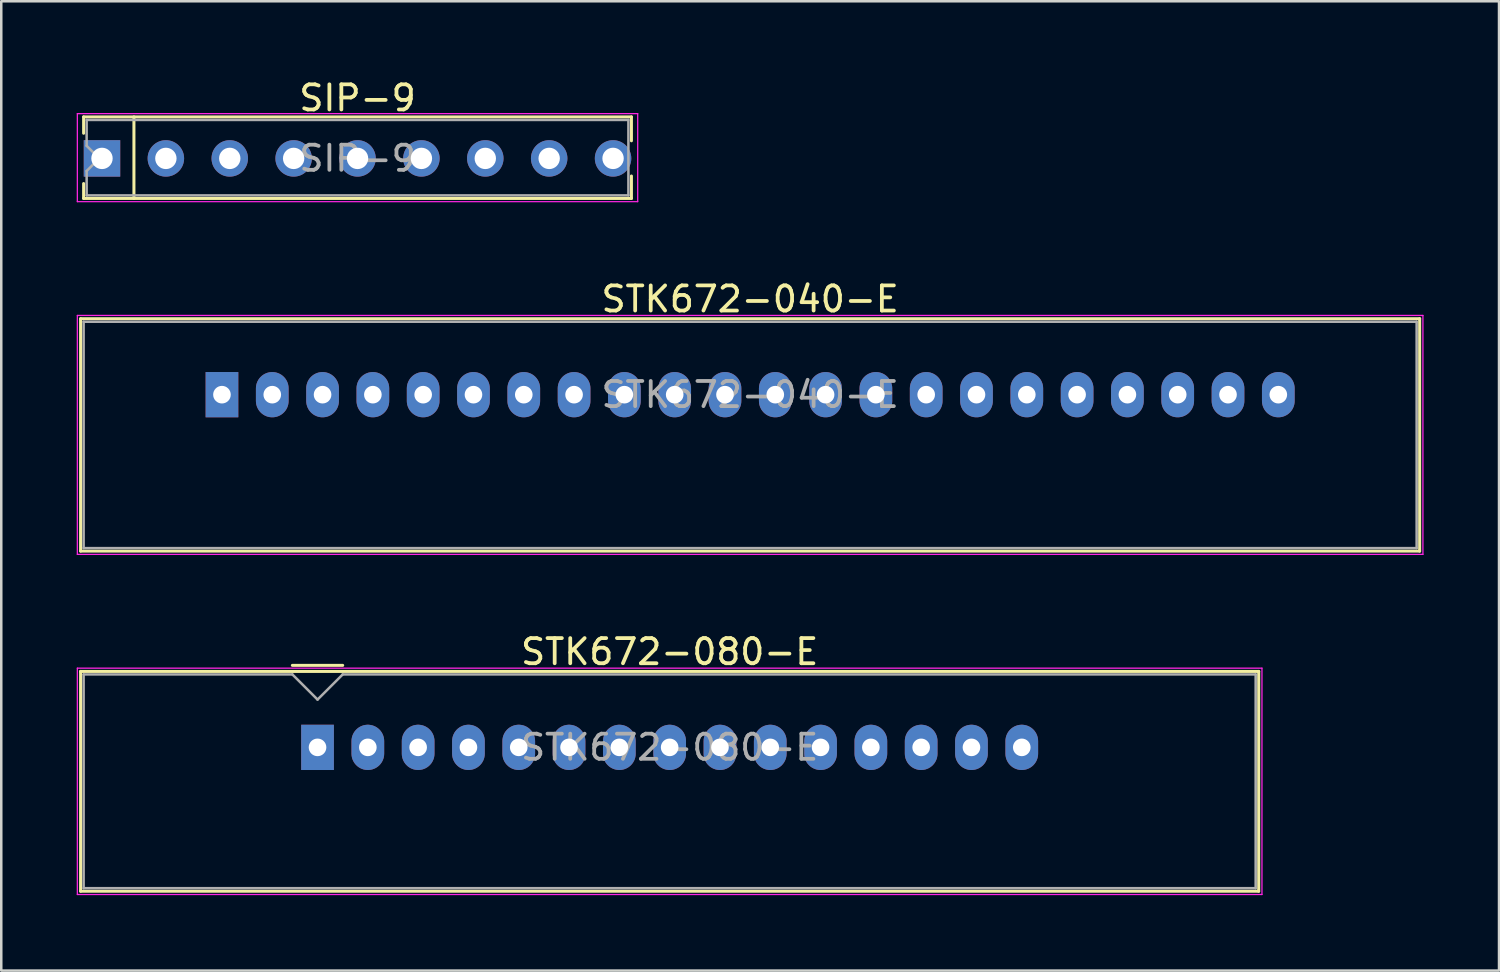
<source format=kicad_pcb>
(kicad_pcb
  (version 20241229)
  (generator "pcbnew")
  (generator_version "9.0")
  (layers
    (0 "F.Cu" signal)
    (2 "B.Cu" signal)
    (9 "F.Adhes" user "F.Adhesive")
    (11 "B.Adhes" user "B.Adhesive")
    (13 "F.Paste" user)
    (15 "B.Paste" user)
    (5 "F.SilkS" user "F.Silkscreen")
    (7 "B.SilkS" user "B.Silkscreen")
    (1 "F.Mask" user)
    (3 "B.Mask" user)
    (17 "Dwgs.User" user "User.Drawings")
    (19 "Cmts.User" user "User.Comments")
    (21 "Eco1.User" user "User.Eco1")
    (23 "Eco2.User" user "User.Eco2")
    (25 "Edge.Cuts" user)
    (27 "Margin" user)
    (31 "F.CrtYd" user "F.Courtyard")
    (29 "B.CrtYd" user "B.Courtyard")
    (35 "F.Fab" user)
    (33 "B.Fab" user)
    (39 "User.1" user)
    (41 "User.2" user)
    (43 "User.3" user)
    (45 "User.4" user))
  (footprint "SIP-9"
    (layer "F.Cu")
    (at 1.005 3.248)
    (property "Reference" "SIP-9" (at 10.16 -2.4 0) (layer "F.SilkS") (effects (font (size 1 1) (thickness 0.15))))
    (attr through_hole)
    (fp_line (start -0.73 -1.65) (end -0.73 -1) (stroke (width 0.12) (type solid)) (layer "F.SilkS"))
    (fp_line (start -0.73 1.59) (end -0.73 1) (stroke (width 0.12) (type solid)) (layer "F.SilkS"))
    (fp_line (start 1.27 1.59) (end 1.27 -1.65) (stroke (width 0.12) (type solid)) (layer "F.SilkS"))
    (fp_line (start 21.05 -1.65) (end -0.73 -1.65) (stroke (width 0.12) (type solid)) (layer "F.SilkS"))
    (fp_line (start 21.05 -1.65) (end 21.05 -0.7) (stroke (width 0.12) (type solid)) (layer "F.SilkS"))
    (fp_line (start 21.05 1.59) (end -0.73 1.59) (stroke (width 0.12) (type solid)) (layer "F.SilkS"))
    (fp_line (start 21.05 1.59) (end 21.05 0.7) (stroke (width 0.12) (type solid)) (layer "F.SilkS"))
    (fp_line (start -0.98 -1.78) (end 21.3 -1.78) (stroke (width 0.05) (type solid)) (layer "F.CrtYd"))
    (fp_line (start -0.98 1.72) (end -0.98 -1.78) (stroke (width 0.05) (type solid)) (layer "F.CrtYd"))
    (fp_line (start 21.3 -1.78) (end 21.3 1.72) (stroke (width 0.05) (type solid)) (layer "F.CrtYd"))
    (fp_line (start 21.3 1.72) (end -0.98 1.72) (stroke (width 0.05) (type solid)) (layer "F.CrtYd"))
    (fp_line (start -0.61 -1.53) (end -0.61 -0.5) (stroke (width 0.1) (type solid)) (layer "F.Fab"))
    (fp_line (start -0.61 -0.5) (end -0.11 0) (stroke (width 0.1) (type solid)) (layer "F.Fab"))
    (fp_line (start -0.61 0.5) (end -0.61 1.47) (stroke (width 0.1) (type solid)) (layer "F.Fab"))
    (fp_line (start -0.11 0) (end -0.61 0.5) (stroke (width 0.1) (type solid)) (layer "F.Fab"))
    (fp_line (start 20.93 -1.53) (end -0.61 -1.53) (stroke (width 0.1) (type solid)) (layer "F.Fab"))
    (fp_line (start 20.93 -1.53) (end 20.93 1.47) (stroke (width 0.1) (type solid)) (layer "F.Fab"))
    (fp_line (start 20.93 1.47) (end -0.61 1.47) (stroke (width 0.1) (type solid)) (layer "F.Fab"))
    (fp_text user "${REFERENCE}" (at 10.16 0 0) (layer "F.Fab") (effects (font (size 1 1) (thickness 0.15))))
    (pad "1" thru_hole rect (at 0 0 90) (size 1.45 1.45) (drill 0.85) (layers "*.Cu" "*.Mask"))
    (pad "2" thru_hole circle (at 2.54 0 90) (size 1.45 1.45) (drill 0.85) (layers "*.Cu" "*.Mask"))
    (pad "3" thru_hole circle (at 5.08 0 90) (size 1.45 1.45) (drill 0.85) (layers "*.Cu" "*.Mask"))
    (pad "4" thru_hole circle (at 7.62 0 90) (size 1.45 1.45) (drill 0.85) (layers "*.Cu" "*.Mask"))
    (pad "5" thru_hole circle (at 10.16 0 90) (size 1.45 1.45) (drill 0.85) (layers "*.Cu" "*.Mask"))
    (pad "6" thru_hole circle (at 12.7 0 90) (size 1.45 1.45) (drill 0.85) (layers "*.Cu" "*.Mask"))
    (pad "7" thru_hole circle (at 15.24 0 90) (size 1.45 1.45) (drill 0.85) (layers "*.Cu" "*.Mask"))
    (pad "8" thru_hole circle (at 17.78 0 90) (size 1.45 1.45) (drill 0.85) (layers "*.Cu" "*.Mask"))
    (pad "9" thru_hole circle (at 20.32 0 90) (size 1.45 1.45) (drill 0.85) (layers "*.Cu" "*.Mask")))
  (footprint "STK672-080-E"
    (layer "F.Cu")
    (at 9.575 26.665)
    (property "Reference" "STK672-080-E" (at 14 -3.8 0) (layer "F.SilkS") (effects (font (size 1 1) (thickness 0.15))))
    (attr through_hole)
    (fp_line (start -9.42 -3.02) (end 37.42 -3.02) (stroke (width 0.12) (type solid)) (layer "F.SilkS"))
    (fp_line (start -9.42 5.72) (end -9.42 -3.02) (stroke (width 0.12) (type solid)) (layer "F.SilkS"))
    (fp_line (start -1 -3.26) (end 1 -3.26) (stroke (width 0.12) (type solid)) (layer "F.SilkS"))
    (fp_line (start 37.42 -3.02) (end 37.42 5.72) (stroke (width 0.12) (type solid)) (layer "F.SilkS"))
    (fp_line (start 37.42 5.72) (end -9.42 5.72) (stroke (width 0.12) (type solid)) (layer "F.SilkS"))
    (fp_line (start -9.55 -3.15) (end -9.55 5.85) (stroke (width 0.05) (type solid)) (layer "F.CrtYd"))
    (fp_line (start -9.55 -3.15) (end 37.55 -3.15) (stroke (width 0.05) (type solid)) (layer "F.CrtYd"))
    (fp_line (start -9.55 5.85) (end 37.55 5.85) (stroke (width 0.05) (type solid)) (layer "F.CrtYd"))
    (fp_line (start 37.55 -3.15) (end 37.55 5.85) (stroke (width 0.05) (type solid)) (layer "F.CrtYd"))
    (fp_line (start -9.3 -2.9) (end -1 -2.9) (stroke (width 0.1) (type solid)) (layer "F.Fab"))
    (fp_line (start -9.3 5.6) (end -9.3 -2.9) (stroke (width 0.1) (type solid)) (layer "F.Fab"))
    (fp_line (start -1 -2.9) (end 0 -1.9) (stroke (width 0.1) (type solid)) (layer "F.Fab"))
    (fp_line (start 0 -1.9) (end 1 -2.9) (stroke (width 0.1) (type solid)) (layer "F.Fab"))
    (fp_line (start 1 -2.9) (end 37.3 -2.9) (stroke (width 0.1) (type solid)) (layer "F.Fab"))
    (fp_line (start 37.3 -2.9) (end 37.3 5.6) (stroke (width 0.1) (type solid)) (layer "F.Fab"))
    (fp_line (start 37.3 5.6) (end -9.3 5.6) (stroke (width 0.1) (type solid)) (layer "F.Fab"))
    (fp_text user "${REFERENCE}" (at 14 0 0) (layer "F.Fab") (effects (font (size 1 1) (thickness 0.15))))
    (pad "1" thru_hole rect (at 0 0) (size 1.3 1.8) (drill 0.7) (layers "*.Cu" "*.Mask"))
    (pad "2" thru_hole oval (at 2 0) (size 1.3 1.8) (drill 0.7) (layers "*.Cu" "*.Mask"))
    (pad "3" thru_hole oval (at 4 0) (size 1.3 1.8) (drill 0.7) (layers "*.Cu" "*.Mask"))
    (pad "4" thru_hole oval (at 6 0) (size 1.3 1.8) (drill 0.7) (layers "*.Cu" "*.Mask"))
    (pad "5" thru_hole oval (at 8 0) (size 1.3 1.8) (drill 0.7) (layers "*.Cu" "*.Mask"))
    (pad "6" thru_hole oval (at 10 0) (size 1.3 1.8) (drill 0.7) (layers "*.Cu" "*.Mask"))
    (pad "7" thru_hole oval (at 12 0) (size 1.3 1.8) (drill 0.7) (layers "*.Cu" "*.Mask"))
    (pad "8" thru_hole oval (at 14 0) (size 1.3 1.8) (drill 0.7) (layers "*.Cu" "*.Mask"))
    (pad "9" thru_hole oval (at 16 0) (size 1.3 1.8) (drill 0.7) (layers "*.Cu" "*.Mask"))
    (pad "10" thru_hole oval (at 18 0) (size 1.3 1.8) (drill 0.7) (layers "*.Cu" "*.Mask"))
    (pad "11" thru_hole oval (at 20 0) (size 1.3 1.8) (drill 0.7) (layers "*.Cu" "*.Mask"))
    (pad "12" thru_hole oval (at 22 0) (size 1.3 1.8) (drill 0.7) (layers "*.Cu" "*.Mask"))
    (pad "13" thru_hole oval (at 24 0) (size 1.3 1.8) (drill 0.7) (layers "*.Cu" "*.Mask"))
    (pad "14" thru_hole oval (at 26 0) (size 1.3 1.8) (drill 0.7) (layers "*.Cu" "*.Mask"))
    (pad "15" thru_hole oval (at 28 0) (size 1.3 1.8) (drill 0.7) (layers "*.Cu" "*.Mask")))
  (footprint "STK672-040-E"
    (layer "F.Cu")
    (at 5.775 12.642)
    (property "Reference" "STK672-040-E" (at 21 -3.8 0) (layer "F.SilkS") (effects (font (size 1 1) (thickness 0.15))))
    (attr through_hole)
    (fp_line (start -5.62 -3.02) (end 47.62 -3.02) (stroke (width 0.12) (type solid)) (layer "F.SilkS"))
    (fp_line (start -5.62 6.22) (end -5.62 -3.02) (stroke (width 0.12) (type solid)) (layer "F.SilkS"))
    (fp_line (start 47.62 -3.02) (end 47.62 6.22) (stroke (width 0.12) (type solid)) (layer "F.SilkS"))
    (fp_line (start 47.62 6.22) (end -5.62 6.22) (stroke (width 0.12) (type solid)) (layer "F.SilkS"))
    (fp_line (start -5.75 -3.15) (end 47.75 -3.15) (stroke (width 0.05) (type solid)) (layer "F.CrtYd"))
    (fp_line (start -5.75 6.35) (end -5.75 -3.15) (stroke (width 0.05) (type solid)) (layer "F.CrtYd"))
    (fp_line (start 47.75 -3.15) (end 47.75 6.35) (stroke (width 0.05) (type solid)) (layer "F.CrtYd"))
    (fp_line (start 47.75 6.35) (end -5.75 6.35) (stroke (width 0.05) (type solid)) (layer "F.CrtYd"))
    (fp_line (start -5.5 -2.9) (end 47.5 -2.9) (stroke (width 0.1) (type solid)) (layer "F.Fab"))
    (fp_line (start -5.5 6.1) (end -5.5 -2.9) (stroke (width 0.1) (type solid)) (layer "F.Fab"))
    (fp_line (start 47.5 -2.9) (end 47.5 6.1) (stroke (width 0.1) (type solid)) (layer "F.Fab"))
    (fp_line (start 47.5 6.1) (end -5.5 6.1) (stroke (width 0.1) (type solid)) (layer "F.Fab"))
    (fp_text user "${REFERENCE}" (at 21 0 0) (layer "F.Fab") (effects (font (size 1 1) (thickness 0.15))))
    (pad "1" thru_hole rect (at 0 0) (size 1.3 1.8) (drill 0.7) (layers "*.Cu" "*.Mask"))
    (pad "2" thru_hole oval (at 2 0) (size 1.3 1.8) (drill 0.7) (layers "*.Cu" "*.Mask"))
    (pad "3" thru_hole oval (at 4 0) (size 1.3 1.8) (drill 0.7) (layers "*.Cu" "*.Mask"))
    (pad "4" thru_hole oval (at 6 0) (size 1.3 1.8) (drill 0.7) (layers "*.Cu" "*.Mask"))
    (pad "5" thru_hole oval (at 8 0) (size 1.3 1.8) (drill 0.7) (layers "*.Cu" "*.Mask"))
    (pad "6" thru_hole oval (at 10 0) (size 1.3 1.8) (drill 0.7) (layers "*.Cu" "*.Mask"))
    (pad "7" thru_hole oval (at 12 0) (size 1.3 1.8) (drill 0.7) (layers "*.Cu" "*.Mask"))
    (pad "8" thru_hole oval (at 14 0) (size 1.3 1.8) (drill 0.7) (layers "*.Cu" "*.Mask"))
    (pad "9" thru_hole oval (at 16 0) (size 1.3 1.8) (drill 0.7) (layers "*.Cu" "*.Mask"))
    (pad "10" thru_hole oval (at 18 0) (size 1.3 1.8) (drill 0.7) (layers "*.Cu" "*.Mask"))
    (pad "11" thru_hole oval (at 20 0) (size 1.3 1.8) (drill 0.7) (layers "*.Cu" "*.Mask"))
    (pad "12" thru_hole oval (at 22 0) (size 1.3 1.8) (drill 0.7) (layers "*.Cu" "*.Mask"))
    (pad "13" thru_hole oval (at 24 0) (size 1.3 1.8) (drill 0.7) (layers "*.Cu" "*.Mask"))
    (pad "14" thru_hole oval (at 26 0) (size 1.3 1.8) (drill 0.7) (layers "*.Cu" "*.Mask"))
    (pad "15" thru_hole oval (at 28 0) (size 1.3 1.8) (drill 0.7) (layers "*.Cu" "*.Mask"))
    (pad "16" thru_hole oval (at 30 0) (size 1.3 1.8) (drill 0.7) (layers "*.Cu" "*.Mask"))
    (pad "17" thru_hole oval (at 32 0) (size 1.3 1.8) (drill 0.7) (layers "*.Cu" "*.Mask"))
    (pad "18" thru_hole oval (at 34 0) (size 1.3 1.8) (drill 0.7) (layers "*.Cu" "*.Mask"))
    (pad "19" thru_hole oval (at 36 0) (size 1.3 1.8) (drill 0.7) (layers "*.Cu" "*.Mask"))
    (pad "20" thru_hole oval (at 38 0) (size 1.3 1.8) (drill 0.7) (layers "*.Cu" "*.Mask"))
    (pad "21" thru_hole oval (at 40 0) (size 1.3 1.8) (drill 0.7) (layers "*.Cu" "*.Mask"))
    (pad "22" thru_hole oval (at 42 0) (size 1.3 1.8) (drill 0.7) (layers "*.Cu" "*.Mask")))
  (gr_rect
    (start -3 -3)
    (end 56.55 35.54)
    (stroke (width 0.1) (type default))
    (fill no)
    (layer "Edge.Cuts")))
</source>
